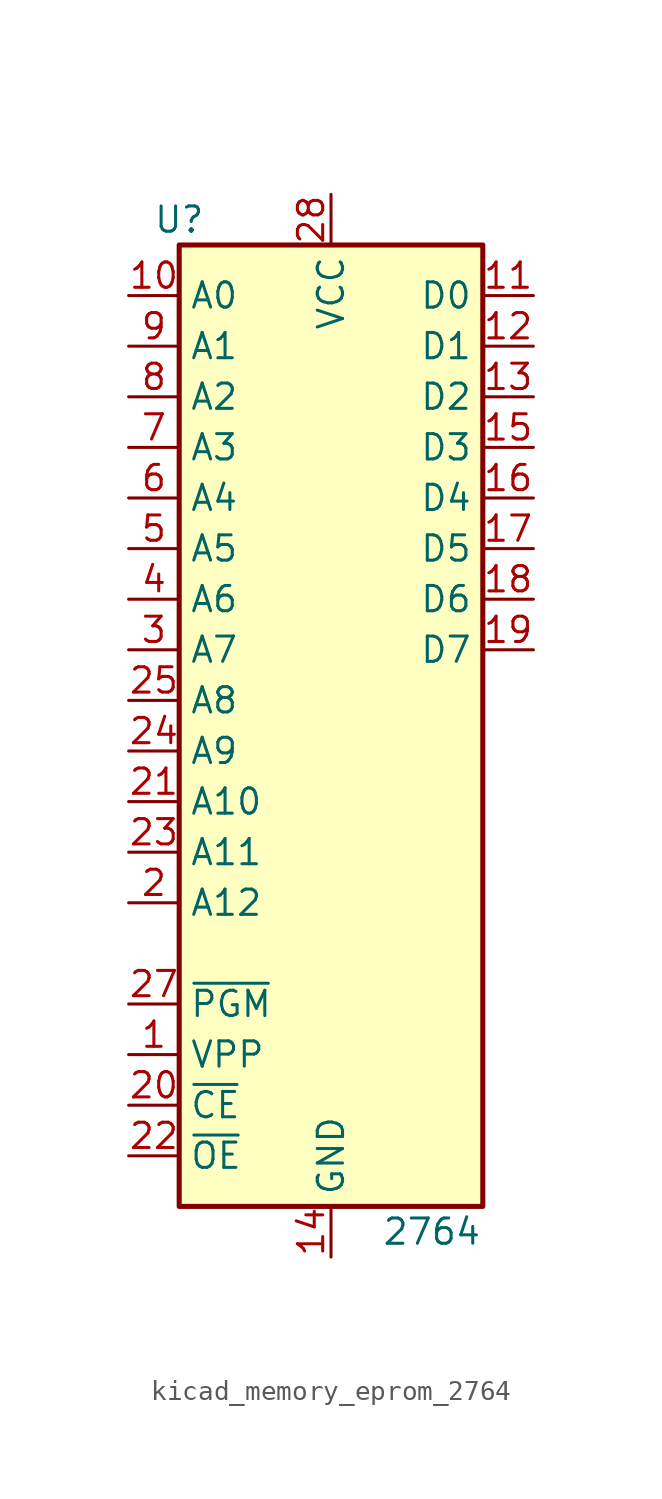
<source format=kicad_sym>
(kicad_symbol_lib
  (version 20220914)
  (generator kicad_symbol_editor)
  (symbol "kicad_memory_eprom_2764"
    (property "Reference" "U"
      (at -7.62 24.13 0)
      (effects (font (size 1.27 1.27))))
    (property "Value" "2764"
      (at 2.54 -26.67 0)
      (effects (font (size 1.27 1.27)) (justify left)))
    (symbol "kicad_memory_eprom_2764_1_1"
      (rectangle (start -7.62 22.86) (end 7.62 -25.4) (stroke (width 0.254) (type default)) (fill (type background)))
      (pin input line (at -10.16 -17.78 0) (length 2.54) (name "VPP" (effects (font (size 1.27 1.27)))) (number "1" (effects (font (size 1.27 1.27)))))
      (pin input line (at -10.16 20.32 0) (length 2.54) (name "A0" (effects (font (size 1.27 1.27)))) (number "10" (effects (font (size 1.27 1.27)))))
      (pin tri_state line (at 10.16 20.32 180) (length 2.54) (name "D0" (effects (font (size 1.27 1.27)))) (number "11" (effects (font (size 1.27 1.27)))))
      (pin tri_state line (at 10.16 17.78 180) (length 2.54) (name "D1" (effects (font (size 1.27 1.27)))) (number "12" (effects (font (size 1.27 1.27)))))
      (pin tri_state line (at 10.16 15.24 180) (length 2.54) (name "D2" (effects (font (size 1.27 1.27)))) (number "13" (effects (font (size 1.27 1.27)))))
      (pin power_in line (at 0 -27.94 90) (length 2.54) (name "GND" (effects (font (size 1.27 1.27)))) (number "14" (effects (font (size 1.27 1.27)))))
      (pin tri_state line (at 10.16 12.7 180) (length 2.54) (name "D3" (effects (font (size 1.27 1.27)))) (number "15" (effects (font (size 1.27 1.27)))))
      (pin tri_state line (at 10.16 10.16 180) (length 2.54) (name "D4" (effects (font (size 1.27 1.27)))) (number "16" (effects (font (size 1.27 1.27)))))
      (pin tri_state line (at 10.16 7.62 180) (length 2.54) (name "D5" (effects (font (size 1.27 1.27)))) (number "17" (effects (font (size 1.27 1.27)))))
      (pin tri_state line (at 10.16 5.08 180) (length 2.54) (name "D6" (effects (font (size 1.27 1.27)))) (number "18" (effects (font (size 1.27 1.27)))))
      (pin tri_state line (at 10.16 2.54 180) (length 2.54) (name "D7" (effects (font (size 1.27 1.27)))) (number "19" (effects (font (size 1.27 1.27)))))
      (pin input line (at -10.16 -10.16 0) (length 2.54) (name "A12" (effects (font (size 1.27 1.27)))) (number "2" (effects (font (size 1.27 1.27)))))
      (pin input line (at -10.16 -20.32 0) (length 2.54) (name "~{CE}" (effects (font (size 1.27 1.27)))) (number "20" (effects (font (size 1.27 1.27)))))
      (pin input line (at -10.16 -5.08 0) (length 2.54) (name "A10" (effects (font (size 1.27 1.27)))) (number "21" (effects (font (size 1.27 1.27)))))
      (pin input line (at -10.16 -22.86 0) (length 2.54) (name "~{OE}" (effects (font (size 1.27 1.27)))) (number "22" (effects (font (size 1.27 1.27)))))
      (pin input line (at -10.16 -7.62 0) (length 2.54) (name "A11" (effects (font (size 1.27 1.27)))) (number "23" (effects (font (size 1.27 1.27)))))
      (pin input line (at -10.16 -2.54 0) (length 2.54) (name "A9" (effects (font (size 1.27 1.27)))) (number "24" (effects (font (size 1.27 1.27)))))
      (pin input line (at -10.16 0 0) (length 2.54) (name "A8" (effects (font (size 1.27 1.27)))) (number "25" (effects (font (size 1.27 1.27)))))
      (pin no_connect line (at 7.62 0 180) (length 2.54) hide (name "NC" (effects (font (size 1.27 1.27)))) (number "26" (effects (font (size 1.27 1.27)))))
      (pin input line (at -10.16 -15.24 0) (length 2.54) (name "~{PGM}" (effects (font (size 1.27 1.27)))) (number "27" (effects (font (size 1.27 1.27)))))
      (pin power_in line (at 0 25.4 270) (length 2.54) (name "VCC" (effects (font (size 1.27 1.27)))) (number "28" (effects (font (size 1.27 1.27)))))
      (pin input line (at -10.16 2.54 0) (length 2.54) (name "A7" (effects (font (size 1.27 1.27)))) (number "3" (effects (font (size 1.27 1.27)))))
      (pin input line (at -10.16 5.08 0) (length 2.54) (name "A6" (effects (font (size 1.27 1.27)))) (number "4" (effects (font (size 1.27 1.27)))))
      (pin input line (at -10.16 7.62 0) (length 2.54) (name "A5" (effects (font (size 1.27 1.27)))) (number "5" (effects (font (size 1.27 1.27)))))
      (pin input line (at -10.16 10.16 0) (length 2.54) (name "A4" (effects (font (size 1.27 1.27)))) (number "6" (effects (font (size 1.27 1.27)))))
      (pin input line (at -10.16 12.7 0) (length 2.54) (name "A3" (effects (font (size 1.27 1.27)))) (number "7" (effects (font (size 1.27 1.27)))))
      (pin input line (at -10.16 15.24 0) (length 2.54) (name "A2" (effects (font (size 1.27 1.27)))) (number "8" (effects (font (size 1.27 1.27)))))
      (pin input line (at -10.16 17.78 0) (length 2.54) (name "A1" (effects (font (size 1.27 1.27)))) (number "9" (effects (font (size 1.27 1.27))))))))
</source>
